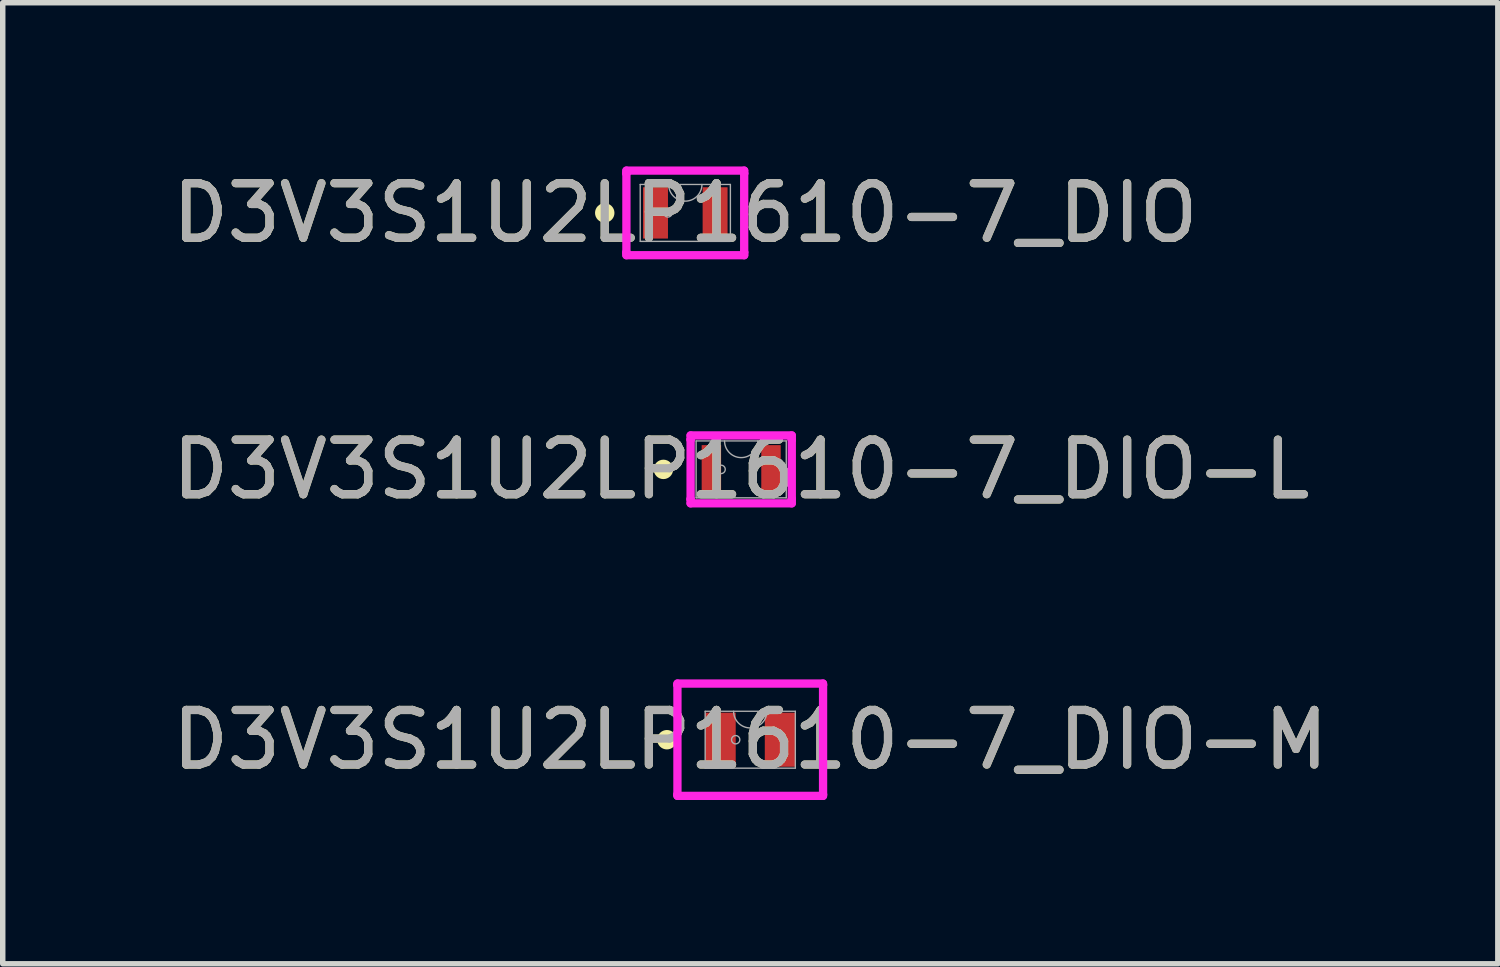
<source format=kicad_pcb>
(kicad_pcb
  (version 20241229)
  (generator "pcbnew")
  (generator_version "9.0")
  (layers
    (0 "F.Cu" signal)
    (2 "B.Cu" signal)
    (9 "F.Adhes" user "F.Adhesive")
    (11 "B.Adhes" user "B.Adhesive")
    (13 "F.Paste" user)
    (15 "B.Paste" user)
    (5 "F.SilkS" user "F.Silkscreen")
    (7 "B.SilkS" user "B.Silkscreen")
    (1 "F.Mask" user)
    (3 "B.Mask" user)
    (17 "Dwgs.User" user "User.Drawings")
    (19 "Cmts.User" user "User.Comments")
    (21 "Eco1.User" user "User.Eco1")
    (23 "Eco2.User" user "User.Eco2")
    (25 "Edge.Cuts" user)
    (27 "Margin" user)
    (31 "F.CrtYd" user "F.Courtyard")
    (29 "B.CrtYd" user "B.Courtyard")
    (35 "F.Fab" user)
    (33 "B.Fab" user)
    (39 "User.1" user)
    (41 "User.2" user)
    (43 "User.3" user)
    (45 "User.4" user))
  (footprint "D3V3S1U2LP1610-7_DIO-L"
    (layer "F.Cu")
    (at 10.53 5.55)
    (property "Reference" "D3V3S1U2LP1610-7_DIO-L" (at 0 0 0) (unlocked yes) (layer "F.SilkS") (effects (font (size 1 1) (thickness 0.15))))
    (attr smd)
    (fp_circle (center -1.425 0) (end -1.323 0) (stroke (width 0.152) (type solid)) (fill no) (layer "F.SilkS"))
    (fp_line (start -0.927 -0.622) (end 0.927 -0.622) (stroke (width 0.152) (type solid)) (layer "F.CrtYd"))
    (fp_line (start -0.927 -0.546) (end -0.927 -0.622) (stroke (width 0.152) (type solid)) (layer "F.CrtYd"))
    (fp_line (start -0.927 -0.546) (end -0.927 -0.546) (stroke (width 0.152) (type solid)) (layer "F.CrtYd"))
    (fp_line (start -0.927 0.546) (end -0.927 -0.546) (stroke (width 0.152) (type solid)) (layer "F.CrtYd"))
    (fp_line (start -0.927 0.546) (end -0.927 0.546) (stroke (width 0.152) (type solid)) (layer "F.CrtYd"))
    (fp_line (start -0.927 0.622) (end -0.927 0.546) (stroke (width 0.152) (type solid)) (layer "F.CrtYd"))
    (fp_line (start 0.927 -0.622) (end 0.927 -0.546) (stroke (width 0.152) (type solid)) (layer "F.CrtYd"))
    (fp_line (start 0.927 -0.546) (end 0.927 -0.546) (stroke (width 0.152) (type solid)) (layer "F.CrtYd"))
    (fp_line (start 0.927 -0.546) (end 0.927 0.546) (stroke (width 0.152) (type solid)) (layer "F.CrtYd"))
    (fp_line (start 0.927 0.546) (end 0.927 0.546) (stroke (width 0.152) (type solid)) (layer "F.CrtYd"))
    (fp_line (start 0.927 0.546) (end 0.927 0.622) (stroke (width 0.152) (type solid)) (layer "F.CrtYd"))
    (fp_line (start 0.927 0.622) (end -0.927 0.622) (stroke (width 0.152) (type solid)) (layer "F.CrtYd"))
    (fp_line (start -0.826 -0.521) (end -0.826 0.521) (stroke (width 0.025) (type solid)) (layer "F.Fab"))
    (fp_line (start -0.826 0.521) (end 0.826 0.521) (stroke (width 0.025) (type solid)) (layer "F.Fab"))
    (fp_line (start 0.826 -0.521) (end -0.826 -0.521) (stroke (width 0.025) (type solid)) (layer "F.Fab"))
    (fp_line (start 0.826 0.521) (end 0.826 -0.521) (stroke (width 0.025) (type solid)) (layer "F.Fab"))
    (fp_arc (start 0.3048 -0.5207) (mid 0 -0.2159) (end -0.3048 -0.5207) (stroke (width 0.0254) (type solid)) (layer "F.Fab"))
    (fp_circle (center -0.369 0) (end -0.292 0) (stroke (width 0.025) (type solid)) (fill no) (layer "F.Fab"))
    (fp_text user "${REFERENCE}" (at 0 0 0) (unlocked yes) (layer "F.Fab") (effects (font (size 1 1) (thickness 0.15))))
    (pad "1" smd rect (at -0.546 0) (size 0.356 0.889) (layers "F.Cu" "F.Mask" "F.Paste"))
    (pad "2" smd rect (at 0.546 0) (size 0.356 0.889) (layers "F.Cu" "F.Mask" "F.Paste")))
  (footprint "D3V3S1U2LP1610-7_DIO"
    (layer "F.Cu")
    (at 9.506 0.851)
    (property "Reference" "D3V3S1U2LP1610-7_DIO" (at 0 0 0) (unlocked yes) (layer "F.SilkS") (effects (font (size 1 1) (thickness 0.15))))
    (attr smd)
    (fp_circle (center -1.476 0) (end -1.374 0) (stroke (width 0.152) (type solid)) (fill no) (layer "F.SilkS"))
    (fp_line (start -1.079 -0.775) (end 1.079 -0.775) (stroke (width 0.152) (type solid)) (layer "F.CrtYd"))
    (fp_line (start -1.079 -0.724) (end -1.079 -0.775) (stroke (width 0.152) (type solid)) (layer "F.CrtYd"))
    (fp_line (start -1.079 -0.724) (end -1.079 -0.724) (stroke (width 0.152) (type solid)) (layer "F.CrtYd"))
    (fp_line (start -1.079 0.724) (end -1.079 -0.724) (stroke (width 0.152) (type solid)) (layer "F.CrtYd"))
    (fp_line (start -1.079 0.724) (end -1.079 0.724) (stroke (width 0.152) (type solid)) (layer "F.CrtYd"))
    (fp_line (start -1.079 0.775) (end -1.079 0.724) (stroke (width 0.152) (type solid)) (layer "F.CrtYd"))
    (fp_line (start 1.079 -0.775) (end 1.079 -0.724) (stroke (width 0.152) (type solid)) (layer "F.CrtYd"))
    (fp_line (start 1.079 -0.724) (end 1.079 -0.724) (stroke (width 0.152) (type solid)) (layer "F.CrtYd"))
    (fp_line (start 1.079 -0.724) (end 1.079 0.724) (stroke (width 0.152) (type solid)) (layer "F.CrtYd"))
    (fp_line (start 1.079 0.724) (end 1.079 0.724) (stroke (width 0.152) (type solid)) (layer "F.CrtYd"))
    (fp_line (start 1.079 0.724) (end 1.079 0.775) (stroke (width 0.152) (type solid)) (layer "F.CrtYd"))
    (fp_line (start 1.079 0.775) (end -1.079 0.775) (stroke (width 0.152) (type solid)) (layer "F.CrtYd"))
    (fp_line (start -0.826 -0.521) (end -0.826 0.521) (stroke (width 0.025) (type solid)) (layer "F.Fab"))
    (fp_line (start -0.826 0.521) (end 0.826 0.521) (stroke (width 0.025) (type solid)) (layer "F.Fab"))
    (fp_line (start 0.826 -0.521) (end -0.826 -0.521) (stroke (width 0.025) (type solid)) (layer "F.Fab"))
    (fp_line (start 0.826 0.521) (end 0.826 -0.521) (stroke (width 0.025) (type solid)) (layer "F.Fab"))
    (fp_arc (start 0.3048 -0.5207) (mid 0 -0.2159) (end -0.3048 -0.5207) (stroke (width 0.0254) (type solid)) (layer "F.Fab"))
    (fp_circle (center -0.318 0) (end -0.242 0) (stroke (width 0.025) (type solid)) (fill no) (layer "F.Fab"))
    (fp_text user "${REFERENCE}" (at 0 0 0) (unlocked yes) (layer "F.Fab") (effects (font (size 1 1) (thickness 0.15))))
    (pad "1" smd rect (at -0.546 0) (size 0.457 0.94) (layers "F.Cu" "F.Mask" "F.Paste"))
    (pad "2" smd rect (at 0.546 0) (size 0.457 0.94) (layers "F.Cu" "F.Mask" "F.Paste")))
  (footprint "D3V3S1U2LP1610-7_DIO-M"
    (layer "F.Cu")
    (at 10.696 10.503)
    (property "Reference" "D3V3S1U2LP1610-7_DIO-M" (at 0 0 0) (unlocked yes) (layer "F.SilkS") (effects (font (size 1 1) (thickness 0.15))))
    (attr smd)
    (fp_circle (center -1.527 0) (end -1.425 0) (stroke (width 0.152) (type solid)) (fill no) (layer "F.SilkS"))
    (fp_line (start -1.334 -1.003) (end -1.333 -1.003) (stroke (width 0.152) (type solid)) (layer "F.CrtYd"))
    (fp_line (start -1.334 1.003) (end -1.334 -1.003) (stroke (width 0.152) (type solid)) (layer "F.CrtYd"))
    (fp_line (start -1.334 1.003) (end -1.333 1.003) (stroke (width 0.152) (type solid)) (layer "F.CrtYd"))
    (fp_line (start -1.333 -1.029) (end 1.333 -1.029) (stroke (width 0.152) (type solid)) (layer "F.CrtYd"))
    (fp_line (start -1.333 -1.003) (end -1.333 -1.029) (stroke (width 0.152) (type solid)) (layer "F.CrtYd"))
    (fp_line (start -1.333 1.029) (end -1.333 1.003) (stroke (width 0.152) (type solid)) (layer "F.CrtYd"))
    (fp_line (start 1.333 -1.029) (end 1.333 -1.003) (stroke (width 0.152) (type solid)) (layer "F.CrtYd"))
    (fp_line (start 1.333 1.003) (end 1.333 1.029) (stroke (width 0.152) (type solid)) (layer "F.CrtYd"))
    (fp_line (start 1.333 1.029) (end -1.333 1.029) (stroke (width 0.152) (type solid)) (layer "F.CrtYd"))
    (fp_line (start 1.334 -1.003) (end 1.333 -1.003) (stroke (width 0.152) (type solid)) (layer "F.CrtYd"))
    (fp_line (start 1.334 -1.003) (end 1.334 1.003) (stroke (width 0.152) (type solid)) (layer "F.CrtYd"))
    (fp_line (start 1.334 1.003) (end 1.333 1.003) (stroke (width 0.152) (type solid)) (layer "F.CrtYd"))
    (fp_line (start -0.826 -0.521) (end -0.826 0.521) (stroke (width 0.025) (type solid)) (layer "F.Fab"))
    (fp_line (start -0.826 0.521) (end 0.826 0.521) (stroke (width 0.025) (type solid)) (layer "F.Fab"))
    (fp_line (start 0.826 -0.521) (end -0.826 -0.521) (stroke (width 0.025) (type solid)) (layer "F.Fab"))
    (fp_line (start 0.826 0.521) (end 0.826 -0.521) (stroke (width 0.025) (type solid)) (layer "F.Fab"))
    (fp_arc (start 0.3048 -0.5207) (mid 0 -0.2159) (end -0.3048 -0.5207) (stroke (width 0.0254) (type solid)) (layer "F.Fab"))
    (fp_circle (center -0.267 0) (end -0.191 0) (stroke (width 0.025) (type solid)) (fill no) (layer "F.Fab"))
    (fp_text user "${REFERENCE}" (at 0 0 0) (unlocked yes) (layer "F.Fab") (effects (font (size 1 1) (thickness 0.15))))
    (pad "1" smd rect (at -0.546 0) (size 0.559 0.991) (layers "F.Cu" "F.Mask" "F.Paste"))
    (pad "2" smd rect (at 0.546 0) (size 0.559 0.991) (layers "F.Cu" "F.Mask" "F.Paste")))
  (gr_rect
    (start -3 -3)
    (end 24.393 14.608)
    (stroke (width 0.1) (type default))
    (fill no)
    (layer "Edge.Cuts")))
</source>
